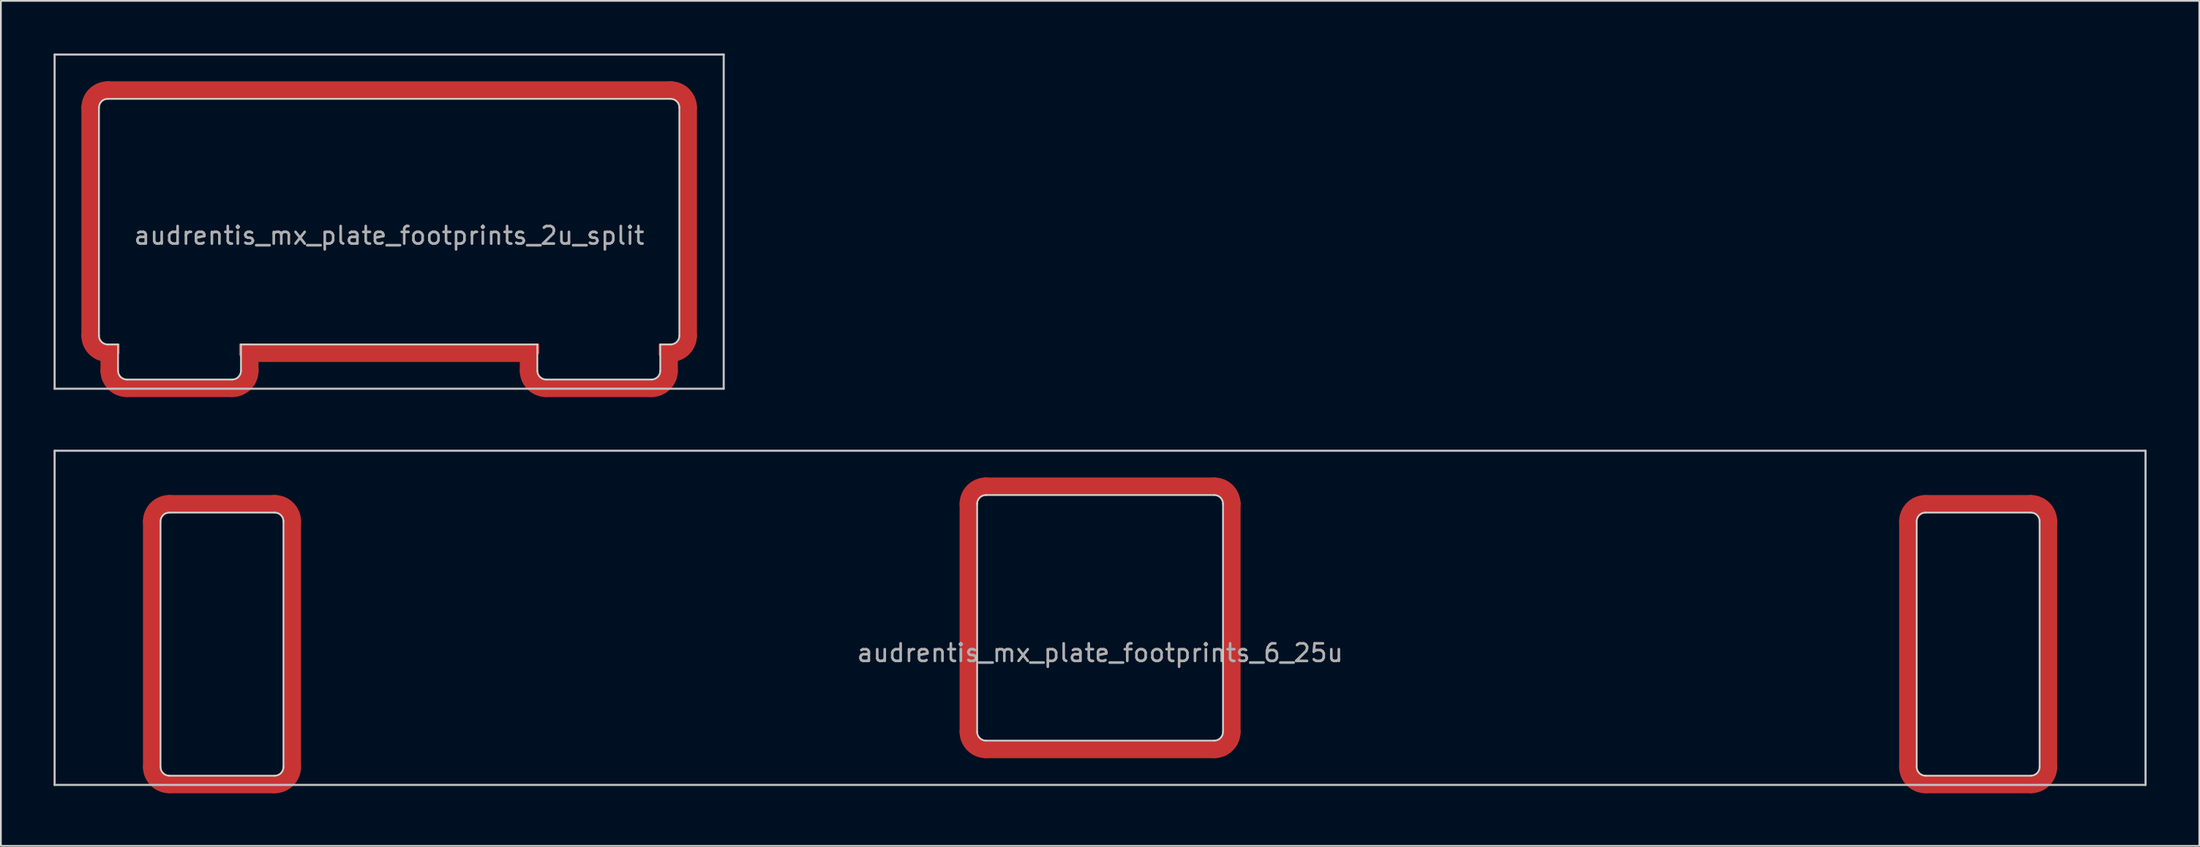
<source format=kicad_pcb>
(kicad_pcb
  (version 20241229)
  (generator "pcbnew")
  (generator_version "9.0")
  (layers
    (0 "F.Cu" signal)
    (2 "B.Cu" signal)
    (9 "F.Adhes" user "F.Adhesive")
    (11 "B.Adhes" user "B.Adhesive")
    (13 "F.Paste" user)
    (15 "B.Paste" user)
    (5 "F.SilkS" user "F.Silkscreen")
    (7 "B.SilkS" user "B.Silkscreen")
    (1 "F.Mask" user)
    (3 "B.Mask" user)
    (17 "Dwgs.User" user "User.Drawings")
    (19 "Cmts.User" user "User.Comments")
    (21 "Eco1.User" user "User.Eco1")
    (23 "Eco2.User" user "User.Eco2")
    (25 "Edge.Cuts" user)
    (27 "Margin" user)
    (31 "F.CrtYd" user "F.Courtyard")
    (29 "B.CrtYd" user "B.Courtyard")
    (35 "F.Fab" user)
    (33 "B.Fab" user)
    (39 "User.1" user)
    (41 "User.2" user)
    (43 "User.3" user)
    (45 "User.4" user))
  (footprint "audrentis_mx_plate_footprints_2u_split"
    (layer "F.Cu")
    (at 19.11 9.585)
    (property "Reference" "audrentis_mx_plate_footprints_2u_split" (at 0 0.794 0) (layer "F.Fab") (effects (font (size 1 1) (thickness 0.15))))
    (attr through_hole)
    (fp_line (start -17.025 6.5) (end -17.025 -6.5) (stroke (width 1) (type solid)) (layer "F.Cu"))
    (fp_line (start -16.025 -7.5) (end 16.025 -7.5) (stroke (width 1) (type solid)) (layer "F.Cu"))
    (fp_line (start -15.938 7.5) (end -16.025 7.5) (stroke (width 1) (type solid)) (layer "F.Cu"))
    (fp_line (start -15.938 8.5) (end -15.938 7.5) (stroke (width 1) (type solid)) (layer "F.Cu"))
    (fp_line (start -8.938 9.5) (end -14.938 9.5) (stroke (width 1) (type solid)) (layer "F.Cu"))
    (fp_line (start -7.938 7.5) (end -7.938 8.5) (stroke (width 1) (type solid)) (layer "F.Cu"))
    (fp_line (start 7.938 7.5) (end -7.938 7.5) (stroke (width 1) (type solid)) (layer "F.Cu"))
    (fp_line (start 7.938 8.5) (end 7.938 7.5) (stroke (width 1) (type solid)) (layer "F.Cu"))
    (fp_line (start 14.938 9.5) (end 8.938 9.5) (stroke (width 1) (type solid)) (layer "F.Cu"))
    (fp_line (start 15.938 7.5) (end 15.938 8.5) (stroke (width 1) (type solid)) (layer "F.Cu"))
    (fp_line (start 16.025 7.5) (end 15.938 7.5) (stroke (width 1) (type solid)) (layer "F.Cu"))
    (fp_line (start 17.025 -6.5) (end 17.025 6.5) (stroke (width 1) (type solid)) (layer "F.Cu"))
    (fp_arc (start -17.024999 -6.5) (mid -16.732106 -7.207106) (end -16.025 -7.499999) (stroke (width 1) (type solid)) (layer "F.Cu"))
    (fp_arc (start -16.025 7.5) (mid -16.732107 7.207107) (end -17.025 6.5) (stroke (width 1) (type solid)) (layer "F.Cu"))
    (fp_arc (start -14.938 9.499999) (mid -15.645107 9.207106) (end -15.938 8.499999) (stroke (width 1) (type solid)) (layer "F.Cu"))
    (fp_arc (start -7.937999 8.499999) (mid -8.230893 9.207106) (end -8.938 9.5) (stroke (width 1) (type solid)) (layer "F.Cu"))
    (fp_arc (start 8.938 9.499999) (mid 8.230893 9.207106) (end 7.938 8.499999) (stroke (width 1) (type solid)) (layer "F.Cu"))
    (fp_arc (start 15.938 8.499999) (mid 15.645106 9.207106) (end 14.937999 9.5) (stroke (width 1) (type solid)) (layer "F.Cu"))
    (fp_arc (start 16.024999 -7.500001) (mid 16.732106 -7.207107) (end 17.025 -6.5) (stroke (width 1) (type solid)) (layer "F.Cu"))
    (fp_arc (start 17.025 6.500001) (mid 16.732106 7.207107) (end 16.024999 7.5) (stroke (width 1) (type solid)) (layer "F.Cu"))
    (fp_poly (pts (xy -15.9 7) (xy -15.4 7.5) (xy -15.4 7)) (stroke (width 0.1) (type solid)) (fill yes) (layer "F.Cu"))
    (fp_poly (pts (xy -8.5 7.6) (xy -8.5 7) (xy -7.9 7)) (stroke (width 0.1) (type solid)) (fill yes) (layer "F.Cu"))
    (fp_poly (pts (xy 8 7) (xy 8.5 7.5) (xy 8.5 7)) (stroke (width 0.1) (type solid)) (fill yes) (layer "F.Cu"))
    (fp_poly (pts (xy 15.4 7.6) (xy 15.4 7) (xy 16 7)) (stroke (width 0.1) (type solid)) (fill yes) (layer "F.Cu"))
    (fp_line (start -17.025 6.5) (end -17.025 -6.5) (stroke (width 1) (type solid)) (layer "F.Mask"))
    (fp_line (start -16.025 -7.5) (end 16.025 -7.5) (stroke (width 1) (type solid)) (layer "F.Mask"))
    (fp_line (start -15.938 7.5) (end -16.025 7.5) (stroke (width 1) (type solid)) (layer "F.Mask"))
    (fp_line (start -15.938 8.5) (end -15.938 7.5) (stroke (width 1) (type solid)) (layer "F.Mask"))
    (fp_line (start -8.938 9.5) (end -14.938 9.5) (stroke (width 1) (type solid)) (layer "F.Mask"))
    (fp_line (start -7.938 7.5) (end -7.938 8.5) (stroke (width 1) (type solid)) (layer "F.Mask"))
    (fp_line (start 7.938 7.5) (end -7.938 7.5) (stroke (width 1) (type solid)) (layer "F.Mask"))
    (fp_line (start 7.938 8.5) (end 7.938 7.5) (stroke (width 1) (type solid)) (layer "F.Mask"))
    (fp_line (start 14.938 9.5) (end 8.938 9.5) (stroke (width 1) (type solid)) (layer "F.Mask"))
    (fp_line (start 15.938 7.5) (end 15.938 8.5) (stroke (width 1) (type solid)) (layer "F.Mask"))
    (fp_line (start 16.025 7.5) (end 15.938 7.5) (stroke (width 1) (type solid)) (layer "F.Mask"))
    (fp_line (start 17.025 -6.5) (end 17.025 6.5) (stroke (width 1) (type solid)) (layer "F.Mask"))
    (fp_arc (start -17.024999 -6.5) (mid -16.732106 -7.207106) (end -16.025 -7.499999) (stroke (width 1) (type solid)) (layer "F.Mask"))
    (fp_arc (start -16.025 7.5) (mid -16.732107 7.207107) (end -17.025 6.5) (stroke (width 1) (type solid)) (layer "F.Mask"))
    (fp_arc (start -14.938 9.499999) (mid -15.645107 9.207106) (end -15.938 8.499999) (stroke (width 1) (type solid)) (layer "F.Mask"))
    (fp_arc (start -7.937999 8.499999) (mid -8.230893 9.207106) (end -8.938 9.5) (stroke (width 1) (type solid)) (layer "F.Mask"))
    (fp_arc (start 8.938 9.499999) (mid 8.230893 9.207106) (end 7.938 8.499999) (stroke (width 1) (type solid)) (layer "F.Mask"))
    (fp_arc (start 15.938 8.499999) (mid 15.645106 9.207106) (end 14.937999 9.5) (stroke (width 1) (type solid)) (layer "F.Mask"))
    (fp_arc (start 16.024999 -7.500001) (mid 16.732106 -7.207107) (end 17.025 -6.5) (stroke (width 1) (type solid)) (layer "F.Mask"))
    (fp_arc (start 17.025 6.500001) (mid 16.732106 7.207107) (end 16.024999 7.5) (stroke (width 1) (type solid)) (layer "F.Mask"))
    (fp_poly (pts (xy -15.9 7) (xy -15.4 7.5) (xy -15.4 7)) (stroke (width 0.1) (type solid)) (fill yes) (layer "F.Mask"))
    (fp_poly (pts (xy -8.5 7.6) (xy -8.5 7) (xy -7.9 7)) (stroke (width 0.1) (type solid)) (fill yes) (layer "F.Mask"))
    (fp_poly (pts (xy 8 7) (xy 8.5 7.5) (xy 8.5 7)) (stroke (width 0.1) (type solid)) (fill yes) (layer "F.Mask"))
    (fp_poly (pts (xy 15.4 7.6) (xy 15.4 7) (xy 16 7)) (stroke (width 0.1) (type solid)) (fill yes) (layer "F.Mask"))
    (fp_line (start -19.05 -9.525) (end -19.05 9.525) (stroke (width 0.12) (type solid)) (layer "Dwgs.User"))
    (fp_line (start -19.05 -9.525) (end 19.05 -9.525) (stroke (width 0.12) (type solid)) (layer "Dwgs.User"))
    (fp_line (start -19.05 9.525) (end 19.05 9.525) (stroke (width 0.12) (type solid)) (layer "Dwgs.User"))
    (fp_line (start 19.05 -9.525) (end 19.05 9.525) (stroke (width 0.12) (type solid)) (layer "Dwgs.User"))
    (fp_line (start -16.525 6.5) (end -16.525 -6.5) (stroke (width 0.1) (type solid)) (layer "Edge.Cuts"))
    (fp_line (start -16.025 -7) (end 16.025 -7) (stroke (width 0.1) (type solid)) (layer "Edge.Cuts"))
    (fp_line (start -15.438 7) (end -16.025 7) (stroke (width 0.1) (type solid)) (layer "Edge.Cuts"))
    (fp_line (start -15.438 8.5) (end -15.438 7) (stroke (width 0.1) (type solid)) (layer "Edge.Cuts"))
    (fp_line (start -8.938 9) (end -14.938 9) (stroke (width 0.1) (type solid)) (layer "Edge.Cuts"))
    (fp_line (start -8.438 7) (end -8.438 8.5) (stroke (width 0.1) (type solid)) (layer "Edge.Cuts"))
    (fp_line (start 8.438 7) (end -8.438 7) (stroke (width 0.1) (type solid)) (layer "Edge.Cuts"))
    (fp_line (start 8.438 8.5) (end 8.438 7) (stroke (width 0.1) (type solid)) (layer "Edge.Cuts"))
    (fp_line (start 14.938 9) (end 8.938 9) (stroke (width 0.1) (type solid)) (layer "Edge.Cuts"))
    (fp_line (start 15.438 7) (end 15.438 8.5) (stroke (width 0.1) (type solid)) (layer "Edge.Cuts"))
    (fp_line (start 16.025 7) (end 15.438 7) (stroke (width 0.1) (type solid)) (layer "Edge.Cuts"))
    (fp_line (start 16.525 -6.5) (end 16.525 6.5) (stroke (width 0.1) (type solid)) (layer "Edge.Cuts"))
    (fp_arc (start -16.524999 -6.5) (mid -16.378553 -6.853553) (end -16.025 -6.999999) (stroke (width 0.1) (type solid)) (layer "Edge.Cuts"))
    (fp_arc (start -16.025 7) (mid -16.378553 6.853553) (end -16.525 6.5) (stroke (width 0.1) (type solid)) (layer "Edge.Cuts"))
    (fp_arc (start -14.938 8.999999) (mid -15.291553 8.853552) (end -15.438 8.499999) (stroke (width 0.1) (type solid)) (layer "Edge.Cuts"))
    (fp_arc (start -8.437999 8.499999) (mid -8.584446 8.853553) (end -8.938 9) (stroke (width 0.1) (type solid)) (layer "Edge.Cuts"))
    (fp_arc (start 8.938 8.999999) (mid 8.584447 8.853552) (end 8.438 8.499999) (stroke (width 0.1) (type solid)) (layer "Edge.Cuts"))
    (fp_arc (start 15.438 8.499999) (mid 15.291553 8.853553) (end 14.937999 9) (stroke (width 0.1) (type solid)) (layer "Edge.Cuts"))
    (fp_arc (start 16.024999 -7.000001) (mid 16.378553 -6.853554) (end 16.525 -6.5) (stroke (width 0.1) (type solid)) (layer "Edge.Cuts"))
    (fp_arc (start 16.524999 6.5) (mid 16.378552 6.853553) (end 16.024999 7) (stroke (width 0.1) (type solid)) (layer "Edge.Cuts")))
  (footprint "audrentis_mx_plate_footprints_6_25u"
    (layer "F.Cu")
    (at 59.591 32.17)
    (property "Reference" "audrentis_mx_plate_footprints_6_25u" (at 0 2 0) (layer "F.Fab") (effects (font (size 1 1) (thickness 0.15))))
    (attr through_hole)
    (fp_line (start -54 -5.5) (end -54 8.5) (stroke (width 1) (type solid)) (layer "F.Cu"))
    (fp_line (start -53 9.5) (end -47 9.5) (stroke (width 1) (type solid)) (layer "F.Cu"))
    (fp_line (start -47 -6.5) (end -53 -6.5) (stroke (width 1) (type solid)) (layer "F.Cu"))
    (fp_line (start -46 8.5) (end -46 -5.5) (stroke (width 1) (type solid)) (layer "F.Cu"))
    (fp_line (start -7.5 -6.5) (end -7.5 6.5) (stroke (width 1) (type solid)) (layer "F.Cu"))
    (fp_line (start -6.5 7.5) (end 6.5 7.5) (stroke (width 1) (type solid)) (layer "F.Cu"))
    (fp_line (start 6.5 -7.5) (end -6.5 -7.5) (stroke (width 1) (type solid)) (layer "F.Cu"))
    (fp_line (start 7.5 6.5) (end 7.5 -6.5) (stroke (width 1) (type solid)) (layer "F.Cu"))
    (fp_line (start 46 -5.5) (end 46 8.5) (stroke (width 1) (type solid)) (layer "F.Cu"))
    (fp_line (start 47 9.5) (end 53 9.5) (stroke (width 1) (type solid)) (layer "F.Cu"))
    (fp_line (start 53 -6.5) (end 47 -6.5) (stroke (width 1) (type solid)) (layer "F.Cu"))
    (fp_line (start 54 8.5) (end 54 -5.5) (stroke (width 1) (type solid)) (layer "F.Cu"))
    (fp_arc (start -53.999999 -5.5) (mid -53.707106 -6.207106) (end -53 -6.499999) (stroke (width 1) (type solid)) (layer "F.Cu"))
    (fp_arc (start -53 9.499999) (mid -53.707106 9.207106) (end -53.999999 8.5) (stroke (width 1) (type solid)) (layer "F.Cu"))
    (fp_arc (start -46.999999 -6.5) (mid -46.292893 -6.207106) (end -46 -5.499999) (stroke (width 1) (type solid)) (layer "F.Cu"))
    (fp_arc (start -46 8.5) (mid -46.292893 9.207107) (end -47 9.5) (stroke (width 1) (type solid)) (layer "F.Cu"))
    (fp_arc (start -7.499999 -6.499999) (mid -7.207106 -7.207106) (end -6.499999 -7.499999) (stroke (width 1) (type solid)) (layer "F.Cu"))
    (fp_arc (start -6.499999 7.5) (mid -7.207106 7.207107) (end -7.499999 6.5) (stroke (width 1) (type solid)) (layer "F.Cu"))
    (fp_arc (start 6.5 -7.499999) (mid 7.207107 -7.207106) (end 7.5 -6.499999) (stroke (width 1) (type solid)) (layer "F.Cu"))
    (fp_arc (start 7.5 6.5) (mid 7.207107 7.207107) (end 6.5 7.5) (stroke (width 1) (type solid)) (layer "F.Cu"))
    (fp_arc (start 46.000001 -5.5) (mid 46.292894 -6.207106) (end 47 -6.499999) (stroke (width 1) (type solid)) (layer "F.Cu"))
    (fp_arc (start 47 9.499999) (mid 46.292894 9.207106) (end 46.000001 8.5) (stroke (width 1) (type solid)) (layer "F.Cu"))
    (fp_arc (start 53.000001 -6.5) (mid 53.707107 -6.207106) (end 54 -5.499999) (stroke (width 1) (type solid)) (layer "F.Cu"))
    (fp_arc (start 54 8.5) (mid 53.707107 9.207107) (end 53 9.5) (stroke (width 1) (type solid)) (layer "F.Cu"))
    (fp_line (start -54 -5.5) (end -54 8.5) (stroke (width 1) (type solid)) (layer "F.Mask"))
    (fp_line (start -53 9.5) (end -47 9.5) (stroke (width 1) (type solid)) (layer "F.Mask"))
    (fp_line (start -47 -6.5) (end -53 -6.5) (stroke (width 1) (type solid)) (layer "F.Mask"))
    (fp_line (start -46 8.5) (end -46 -5.5) (stroke (width 1) (type solid)) (layer "F.Mask"))
    (fp_line (start -7.5 -6.5) (end -7.5 6.5) (stroke (width 1) (type solid)) (layer "F.Mask"))
    (fp_line (start -6.5 7.5) (end 6.5 7.5) (stroke (width 1) (type solid)) (layer "F.Mask"))
    (fp_line (start 6.5 -7.5) (end -6.5 -7.5) (stroke (width 1) (type solid)) (layer "F.Mask"))
    (fp_line (start 7.5 6.5) (end 7.5 -6.5) (stroke (width 1) (type solid)) (layer "F.Mask"))
    (fp_line (start 46 -5.5) (end 46 8.5) (stroke (width 1) (type solid)) (layer "F.Mask"))
    (fp_line (start 47 9.5) (end 53 9.5) (stroke (width 1) (type solid)) (layer "F.Mask"))
    (fp_line (start 53 -6.5) (end 47 -6.5) (stroke (width 1) (type solid)) (layer "F.Mask"))
    (fp_line (start 54 8.5) (end 54 -5.5) (stroke (width 1) (type solid)) (layer "F.Mask"))
    (fp_arc (start -53.999999 -5.5) (mid -53.707106 -6.207106) (end -53 -6.499999) (stroke (width 1) (type solid)) (layer "F.Mask"))
    (fp_arc (start -53 9.499999) (mid -53.707106 9.207106) (end -53.999999 8.5) (stroke (width 1) (type solid)) (layer "F.Mask"))
    (fp_arc (start -46.999999 -6.5) (mid -46.292893 -6.207106) (end -46 -5.499999) (stroke (width 1) (type solid)) (layer "F.Mask"))
    (fp_arc (start -46 8.5) (mid -46.292893 9.207107) (end -47 9.5) (stroke (width 1) (type solid)) (layer "F.Mask"))
    (fp_arc (start -7.499999 -6.499999) (mid -7.207106 -7.207106) (end -6.499999 -7.499999) (stroke (width 1) (type solid)) (layer "F.Mask"))
    (fp_arc (start -6.499999 7.5) (mid -7.207106 7.207107) (end -7.499999 6.5) (stroke (width 1) (type solid)) (layer "F.Mask"))
    (fp_arc (start 6.5 -7.499999) (mid 7.207107 -7.207106) (end 7.5 -6.499999) (stroke (width 1) (type solid)) (layer "F.Mask"))
    (fp_arc (start 7.5 6.5) (mid 7.207107 7.207107) (end 6.5 7.5) (stroke (width 1) (type solid)) (layer "F.Mask"))
    (fp_arc (start 46.000001 -5.5) (mid 46.292894 -6.207106) (end 47 -6.499999) (stroke (width 1) (type solid)) (layer "F.Mask"))
    (fp_arc (start 47 9.499999) (mid 46.292894 9.207106) (end 46.000001 8.5) (stroke (width 1) (type solid)) (layer "F.Mask"))
    (fp_arc (start 53.000001 -6.5) (mid 53.707107 -6.207106) (end 54 -5.499999) (stroke (width 1) (type solid)) (layer "F.Mask"))
    (fp_arc (start 54 8.5) (mid 53.707107 9.207107) (end 53 9.5) (stroke (width 1) (type solid)) (layer "F.Mask"))
    (fp_line (start -59.531 -9.525) (end -59.531 9.525) (stroke (width 0.12) (type solid)) (layer "Dwgs.User"))
    (fp_line (start -59.531 -9.525) (end 59.531 -9.525) (stroke (width 0.12) (type solid)) (layer "Dwgs.User"))
    (fp_line (start -59.531 9.525) (end 59.531 9.525) (stroke (width 0.12) (type solid)) (layer "Dwgs.User"))
    (fp_line (start 59.531 -9.525) (end 59.531 9.525) (stroke (width 0.12) (type solid)) (layer "Dwgs.User"))
    (fp_line (start -53.5 -5.5) (end -53.5 8.5) (stroke (width 0.1) (type solid)) (layer "Edge.Cuts"))
    (fp_line (start -53 9) (end -47 9) (stroke (width 0.1) (type solid)) (layer "Edge.Cuts"))
    (fp_line (start -47 -6) (end -53 -6) (stroke (width 0.1) (type solid)) (layer "Edge.Cuts"))
    (fp_line (start -46.5 8.5) (end -46.5 -5.5) (stroke (width 0.1) (type solid)) (layer "Edge.Cuts"))
    (fp_line (start -7 6.5) (end -7 -6.5) (stroke (width 0.1) (type solid)) (layer "Edge.Cuts"))
    (fp_line (start -6.5 -7) (end 6.5 -7) (stroke (width 0.1) (type solid)) (layer "Edge.Cuts"))
    (fp_line (start 6.5 7) (end -6.5 7) (stroke (width 0.1) (type solid)) (layer "Edge.Cuts"))
    (fp_line (start 7 -6.5) (end 7 6.5) (stroke (width 0.1) (type solid)) (layer "Edge.Cuts"))
    (fp_line (start 46.5 8.5) (end 46.5 -5.5) (stroke (width 0.1) (type solid)) (layer "Edge.Cuts"))
    (fp_line (start 47 -6) (end 53 -6) (stroke (width 0.1) (type solid)) (layer "Edge.Cuts"))
    (fp_line (start 53 9) (end 47 9) (stroke (width 0.1) (type solid)) (layer "Edge.Cuts"))
    (fp_line (start 53.5 -5.5) (end 53.5 8.5) (stroke (width 0.1) (type solid)) (layer "Edge.Cuts"))
    (fp_arc (start -53.5 -5.499999) (mid -53.353553 -5.853552) (end -53 -5.999999) (stroke (width 0.1) (type solid)) (layer "Edge.Cuts"))
    (fp_arc (start -53 9) (mid -53.353553 8.853553) (end -53.5 8.5) (stroke (width 0.1) (type solid)) (layer "Edge.Cuts"))
    (fp_arc (start -47 -5.999999) (mid -46.646447 -5.853552) (end -46.5 -5.499999) (stroke (width 0.1) (type solid)) (layer "Edge.Cuts"))
    (fp_arc (start -46.5 8.5) (mid -46.646447 8.853553) (end -47 9) (stroke (width 0.1) (type solid)) (layer "Edge.Cuts"))
    (fp_arc (start -6.999999 -6.499999) (mid -6.853552 -6.853552) (end -6.499999 -6.999999) (stroke (width 0.1) (type solid)) (layer "Edge.Cuts"))
    (fp_arc (start -6.499999 7) (mid -6.853552 6.853553) (end -6.999999 6.5) (stroke (width 0.1) (type solid)) (layer "Edge.Cuts"))
    (fp_arc (start 6.5 -6.999999) (mid 6.853553 -6.853552) (end 7 -6.499999) (stroke (width 0.1) (type solid)) (layer "Edge.Cuts"))
    (fp_arc (start 7 6.5) (mid 6.853553 6.853553) (end 6.5 7) (stroke (width 0.1) (type solid)) (layer "Edge.Cuts"))
    (fp_arc (start 46.5 -5.499999) (mid 46.646447 -5.853552) (end 47 -5.999999) (stroke (width 0.1) (type solid)) (layer "Edge.Cuts"))
    (fp_arc (start 47 9) (mid 46.646447 8.853553) (end 46.5 8.5) (stroke (width 0.1) (type solid)) (layer "Edge.Cuts"))
    (fp_arc (start 53 -5.999999) (mid 53.353553 -5.853552) (end 53.5 -5.499999) (stroke (width 0.1) (type solid)) (layer "Edge.Cuts"))
    (fp_arc (start 53.5 8.5) (mid 53.353553 8.853553) (end 53 9) (stroke (width 0.1) (type solid)) (layer "Edge.Cuts")))
  (gr_rect
    (start -3 -3)
    (end 122.183 45.17)
    (stroke (width 0.1) (type default))
    (fill no)
    (layer "Edge.Cuts")))
</source>
